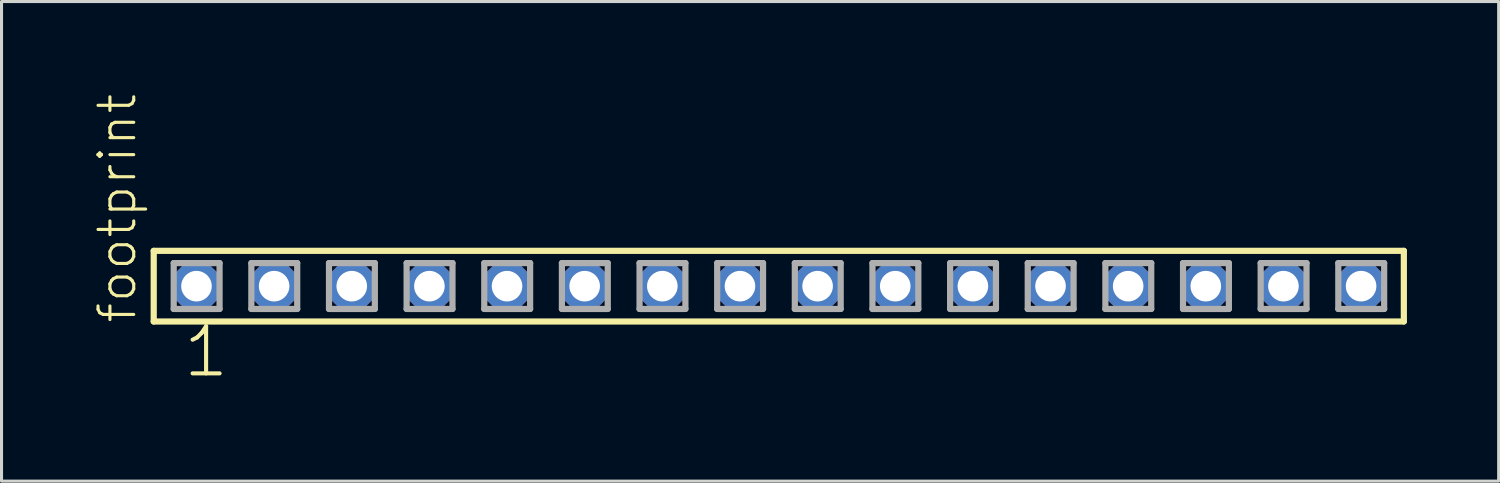
<source format=kicad_pcb>
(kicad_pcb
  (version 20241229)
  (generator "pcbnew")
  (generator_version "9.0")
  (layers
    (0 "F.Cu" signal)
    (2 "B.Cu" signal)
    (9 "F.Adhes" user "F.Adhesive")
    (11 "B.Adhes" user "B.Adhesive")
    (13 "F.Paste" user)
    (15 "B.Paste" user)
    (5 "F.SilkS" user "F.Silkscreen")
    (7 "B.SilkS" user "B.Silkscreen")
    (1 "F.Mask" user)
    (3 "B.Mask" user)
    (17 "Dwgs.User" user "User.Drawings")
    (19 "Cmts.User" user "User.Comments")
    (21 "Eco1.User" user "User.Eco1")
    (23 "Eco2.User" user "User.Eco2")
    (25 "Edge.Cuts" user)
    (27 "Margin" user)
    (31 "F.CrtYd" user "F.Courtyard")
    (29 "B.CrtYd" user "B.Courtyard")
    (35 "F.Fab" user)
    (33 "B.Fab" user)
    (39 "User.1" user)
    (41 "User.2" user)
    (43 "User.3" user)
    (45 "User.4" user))
  (footprint "footprint"
    (layer "F.Cu")
    (at 22.428 6.312)
    (property "Reference" "footprint" (at -20.955 1.27 90) (layer "F.SilkS") (effects (font (size 1.168 1.168) (thickness 0.102)) (justify left bottom)))
    (fp_line (start -20.449 -1.155) (end 20.449 -1.155) (stroke (width 0.203) (type solid)) (layer "F.SilkS"))
    (fp_line (start -20.449 1.155) (end -20.449 -1.155) (stroke (width 0.203) (type solid)) (layer "F.SilkS"))
    (fp_line (start 20.449 -1.155) (end 20.449 1.155) (stroke (width 0.203) (type solid)) (layer "F.SilkS"))
    (fp_line (start 20.449 1.155) (end -20.449 1.155) (stroke (width 0.203) (type solid)) (layer "F.SilkS"))
    (fp_line (start -19.795 -0.755) (end -18.295 -0.755) (stroke (width 0.203) (type solid)) (layer "F.Fab"))
    (fp_line (start -19.795 0.745) (end -19.795 -0.755) (stroke (width 0.203) (type solid)) (layer "F.Fab"))
    (fp_line (start -18.295 -0.755) (end -18.295 0.745) (stroke (width 0.203) (type solid)) (layer "F.Fab"))
    (fp_line (start -18.295 0.745) (end -19.795 0.745) (stroke (width 0.203) (type solid)) (layer "F.Fab"))
    (fp_line (start -17.255 -0.755) (end -15.755 -0.755) (stroke (width 0.203) (type solid)) (layer "F.Fab"))
    (fp_line (start -17.255 0.745) (end -17.255 -0.755) (stroke (width 0.203) (type solid)) (layer "F.Fab"))
    (fp_line (start -15.755 -0.755) (end -15.755 0.745) (stroke (width 0.203) (type solid)) (layer "F.Fab"))
    (fp_line (start -15.755 0.745) (end -17.255 0.745) (stroke (width 0.203) (type solid)) (layer "F.Fab"))
    (fp_line (start -14.715 -0.755) (end -13.215 -0.755) (stroke (width 0.203) (type solid)) (layer "F.Fab"))
    (fp_line (start -14.715 0.745) (end -14.715 -0.755) (stroke (width 0.203) (type solid)) (layer "F.Fab"))
    (fp_line (start -13.215 -0.755) (end -13.215 0.745) (stroke (width 0.203) (type solid)) (layer "F.Fab"))
    (fp_line (start -13.215 0.745) (end -14.715 0.745) (stroke (width 0.203) (type solid)) (layer "F.Fab"))
    (fp_line (start -12.175 -0.755) (end -10.675 -0.755) (stroke (width 0.203) (type solid)) (layer "F.Fab"))
    (fp_line (start -12.175 0.745) (end -12.175 -0.755) (stroke (width 0.203) (type solid)) (layer "F.Fab"))
    (fp_line (start -10.675 -0.755) (end -10.675 0.745) (stroke (width 0.203) (type solid)) (layer "F.Fab"))
    (fp_line (start -10.675 0.745) (end -12.175 0.745) (stroke (width 0.203) (type solid)) (layer "F.Fab"))
    (fp_line (start -9.635 -0.755) (end -8.135 -0.755) (stroke (width 0.203) (type solid)) (layer "F.Fab"))
    (fp_line (start -9.635 0.745) (end -9.635 -0.755) (stroke (width 0.203) (type solid)) (layer "F.Fab"))
    (fp_line (start -8.135 -0.755) (end -8.135 0.745) (stroke (width 0.203) (type solid)) (layer "F.Fab"))
    (fp_line (start -8.135 0.745) (end -9.635 0.745) (stroke (width 0.203) (type solid)) (layer "F.Fab"))
    (fp_line (start -7.095 -0.755) (end -5.595 -0.755) (stroke (width 0.203) (type solid)) (layer "F.Fab"))
    (fp_line (start -7.095 0.745) (end -7.095 -0.755) (stroke (width 0.203) (type solid)) (layer "F.Fab"))
    (fp_line (start -5.595 -0.755) (end -5.595 0.745) (stroke (width 0.203) (type solid)) (layer "F.Fab"))
    (fp_line (start -5.595 0.745) (end -7.095 0.745) (stroke (width 0.203) (type solid)) (layer "F.Fab"))
    (fp_line (start -4.555 -0.755) (end -3.055 -0.755) (stroke (width 0.203) (type solid)) (layer "F.Fab"))
    (fp_line (start -4.555 0.745) (end -4.555 -0.755) (stroke (width 0.203) (type solid)) (layer "F.Fab"))
    (fp_line (start -3.055 -0.755) (end -3.055 0.745) (stroke (width 0.203) (type solid)) (layer "F.Fab"))
    (fp_line (start -3.055 0.745) (end -4.555 0.745) (stroke (width 0.203) (type solid)) (layer "F.Fab"))
    (fp_line (start -2.015 -0.755) (end -0.515 -0.755) (stroke (width 0.203) (type solid)) (layer "F.Fab"))
    (fp_line (start -2.015 0.745) (end -2.015 -0.755) (stroke (width 0.203) (type solid)) (layer "F.Fab"))
    (fp_line (start -0.515 -0.755) (end -0.515 0.745) (stroke (width 0.203) (type solid)) (layer "F.Fab"))
    (fp_line (start -0.515 0.745) (end -2.015 0.745) (stroke (width 0.203) (type solid)) (layer "F.Fab"))
    (fp_line (start 0.525 -0.755) (end 2.025 -0.755) (stroke (width 0.203) (type solid)) (layer "F.Fab"))
    (fp_line (start 0.525 0.745) (end 0.525 -0.755) (stroke (width 0.203) (type solid)) (layer "F.Fab"))
    (fp_line (start 2.025 -0.755) (end 2.025 0.745) (stroke (width 0.203) (type solid)) (layer "F.Fab"))
    (fp_line (start 2.025 0.745) (end 0.525 0.745) (stroke (width 0.203) (type solid)) (layer "F.Fab"))
    (fp_line (start 3.065 -0.755) (end 4.565 -0.755) (stroke (width 0.203) (type solid)) (layer "F.Fab"))
    (fp_line (start 3.065 0.745) (end 3.065 -0.755) (stroke (width 0.203) (type solid)) (layer "F.Fab"))
    (fp_line (start 4.565 -0.755) (end 4.565 0.745) (stroke (width 0.203) (type solid)) (layer "F.Fab"))
    (fp_line (start 4.565 0.745) (end 3.065 0.745) (stroke (width 0.203) (type solid)) (layer "F.Fab"))
    (fp_line (start 5.605 -0.755) (end 7.105 -0.755) (stroke (width 0.203) (type solid)) (layer "F.Fab"))
    (fp_line (start 5.605 0.745) (end 5.605 -0.755) (stroke (width 0.203) (type solid)) (layer "F.Fab"))
    (fp_line (start 7.105 -0.755) (end 7.105 0.745) (stroke (width 0.203) (type solid)) (layer "F.Fab"))
    (fp_line (start 7.105 0.745) (end 5.605 0.745) (stroke (width 0.203) (type solid)) (layer "F.Fab"))
    (fp_line (start 8.145 -0.755) (end 9.645 -0.755) (stroke (width 0.203) (type solid)) (layer "F.Fab"))
    (fp_line (start 8.145 0.745) (end 8.145 -0.755) (stroke (width 0.203) (type solid)) (layer "F.Fab"))
    (fp_line (start 9.645 -0.755) (end 9.645 0.745) (stroke (width 0.203) (type solid)) (layer "F.Fab"))
    (fp_line (start 9.645 0.745) (end 8.145 0.745) (stroke (width 0.203) (type solid)) (layer "F.Fab"))
    (fp_line (start 10.685 -0.755) (end 12.185 -0.755) (stroke (width 0.203) (type solid)) (layer "F.Fab"))
    (fp_line (start 10.685 0.745) (end 10.685 -0.755) (stroke (width 0.203) (type solid)) (layer "F.Fab"))
    (fp_line (start 12.185 -0.755) (end 12.185 0.745) (stroke (width 0.203) (type solid)) (layer "F.Fab"))
    (fp_line (start 12.185 0.745) (end 10.685 0.745) (stroke (width 0.203) (type solid)) (layer "F.Fab"))
    (fp_line (start 13.225 -0.755) (end 14.725 -0.755) (stroke (width 0.203) (type solid)) (layer "F.Fab"))
    (fp_line (start 13.225 0.745) (end 13.225 -0.755) (stroke (width 0.203) (type solid)) (layer "F.Fab"))
    (fp_line (start 14.725 -0.755) (end 14.725 0.745) (stroke (width 0.203) (type solid)) (layer "F.Fab"))
    (fp_line (start 14.725 0.745) (end 13.225 0.745) (stroke (width 0.203) (type solid)) (layer "F.Fab"))
    (fp_line (start 15.765 -0.755) (end 17.265 -0.755) (stroke (width 0.203) (type solid)) (layer "F.Fab"))
    (fp_line (start 15.765 0.745) (end 15.765 -0.755) (stroke (width 0.203) (type solid)) (layer "F.Fab"))
    (fp_line (start 17.265 -0.755) (end 17.265 0.745) (stroke (width 0.203) (type solid)) (layer "F.Fab"))
    (fp_line (start 17.265 0.745) (end 15.765 0.745) (stroke (width 0.203) (type solid)) (layer "F.Fab"))
    (fp_line (start 18.305 -0.755) (end 19.805 -0.755) (stroke (width 0.203) (type solid)) (layer "F.Fab"))
    (fp_line (start 18.305 0.745) (end 18.305 -0.755) (stroke (width 0.203) (type solid)) (layer "F.Fab"))
    (fp_line (start 19.805 -0.755) (end 19.805 0.745) (stroke (width 0.203) (type solid)) (layer "F.Fab"))
    (fp_line (start 19.805 0.745) (end 18.305 0.745) (stroke (width 0.203) (type solid)) (layer "F.Fab"))
    (fp_text user "1" (at -19.558 3.048 0) (layer "F.SilkS") (effects (font (size 1.542 1.542) (thickness 0.134)) (justify left bottom)))
    (pad "1" thru_hole roundrect (at -19.05 0) (size 1.5 1.5) (drill 1) (layers "*.Cu" "*.Mask") (roundrect_rratio 0.25) (chamfer_ratio 0.25) (chamfer top_left top_right bottom_left bottom_right))
    (pad "2" thru_hole roundrect (at -16.51 0) (size 1.5 1.5) (drill 1) (layers "*.Cu" "*.Mask") (roundrect_rratio 0.25) (chamfer_ratio 0.25) (chamfer top_left top_right bottom_left bottom_right))
    (pad "3" thru_hole roundrect (at -13.97 0) (size 1.5 1.5) (drill 1) (layers "*.Cu" "*.Mask") (roundrect_rratio 0.25) (chamfer_ratio 0.25) (chamfer top_left top_right bottom_left bottom_right))
    (pad "4" thru_hole roundrect (at -11.43 0) (size 1.5 1.5) (drill 1) (layers "*.Cu" "*.Mask") (roundrect_rratio 0.25) (chamfer_ratio 0.25) (chamfer top_left top_right bottom_left bottom_right))
    (pad "5" thru_hole roundrect (at -8.89 0) (size 1.5 1.5) (drill 1) (layers "*.Cu" "*.Mask") (roundrect_rratio 0.25) (chamfer_ratio 0.25) (chamfer top_left top_right bottom_left bottom_right))
    (pad "6" thru_hole roundrect (at -6.35 0) (size 1.5 1.5) (drill 1) (layers "*.Cu" "*.Mask") (roundrect_rratio 0.25) (chamfer_ratio 0.25) (chamfer top_left top_right bottom_left bottom_right))
    (pad "7" thru_hole roundrect (at -3.81 0) (size 1.5 1.5) (drill 1) (layers "*.Cu" "*.Mask") (roundrect_rratio 0.25) (chamfer_ratio 0.25) (chamfer top_left top_right bottom_left bottom_right))
    (pad "8" thru_hole roundrect (at -1.27 0) (size 1.5 1.5) (drill 1) (layers "*.Cu" "*.Mask") (roundrect_rratio 0.25) (chamfer_ratio 0.25) (chamfer top_left top_right bottom_left bottom_right))
    (pad "9" thru_hole roundrect (at 1.27 0) (size 1.5 1.5) (drill 1) (layers "*.Cu" "*.Mask") (roundrect_rratio 0.25) (chamfer_ratio 0.25) (chamfer top_left top_right bottom_left bottom_right))
    (pad "10" thru_hole roundrect (at 3.81 0) (size 1.5 1.5) (drill 1) (layers "*.Cu" "*.Mask") (roundrect_rratio 0.25) (chamfer_ratio 0.25) (chamfer top_left top_right bottom_left bottom_right))
    (pad "11" thru_hole roundrect (at 6.35 0) (size 1.5 1.5) (drill 1) (layers "*.Cu" "*.Mask") (roundrect_rratio 0.25) (chamfer_ratio 0.25) (chamfer top_left top_right bottom_left bottom_right))
    (pad "12" thru_hole roundrect (at 8.89 0) (size 1.5 1.5) (drill 1) (layers "*.Cu" "*.Mask") (roundrect_rratio 0.25) (chamfer_ratio 0.25) (chamfer top_left top_right bottom_left bottom_right))
    (pad "13" thru_hole roundrect (at 11.43 0) (size 1.5 1.5) (drill 1) (layers "*.Cu" "*.Mask") (roundrect_rratio 0.25) (chamfer_ratio 0.25) (chamfer top_left top_right bottom_left bottom_right))
    (pad "14" thru_hole roundrect (at 13.97 0) (size 1.5 1.5) (drill 1) (layers "*.Cu" "*.Mask") (roundrect_rratio 0.25) (chamfer_ratio 0.25) (chamfer top_left top_right bottom_left bottom_right))
    (pad "15" thru_hole roundrect (at 16.51 0) (size 1.5 1.5) (drill 1) (layers "*.Cu" "*.Mask") (roundrect_rratio 0.25) (chamfer_ratio 0.25) (chamfer top_left top_right bottom_left bottom_right))
    (pad "16" thru_hole roundrect (at 19.05 0) (size 1.5 1.5) (drill 1) (layers "*.Cu" "*.Mask") (roundrect_rratio 0.25) (chamfer_ratio 0.25) (chamfer top_left top_right bottom_left bottom_right)))
  (gr_rect
    (start -3 -3)
    (end 45.979 12.691)
    (stroke (width 0.1) (type default))
    (fill no)
    (layer "Edge.Cuts")))
</source>
